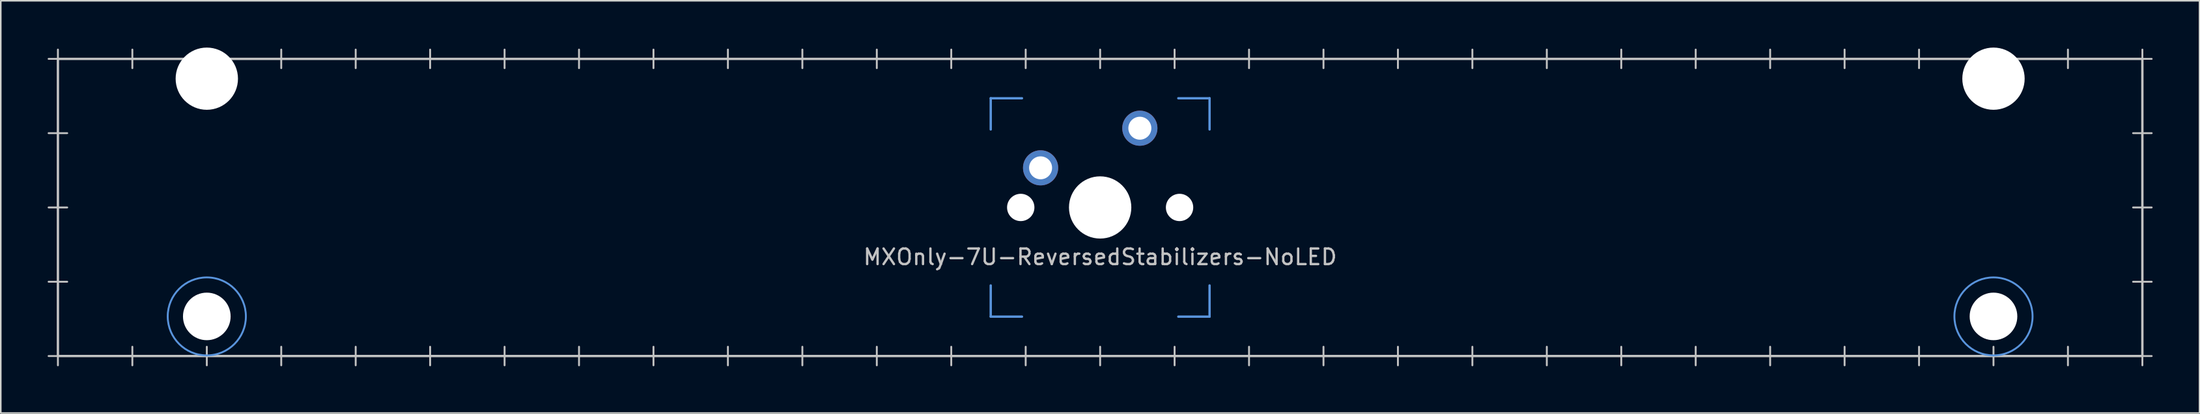
<source format=kicad_pcb>
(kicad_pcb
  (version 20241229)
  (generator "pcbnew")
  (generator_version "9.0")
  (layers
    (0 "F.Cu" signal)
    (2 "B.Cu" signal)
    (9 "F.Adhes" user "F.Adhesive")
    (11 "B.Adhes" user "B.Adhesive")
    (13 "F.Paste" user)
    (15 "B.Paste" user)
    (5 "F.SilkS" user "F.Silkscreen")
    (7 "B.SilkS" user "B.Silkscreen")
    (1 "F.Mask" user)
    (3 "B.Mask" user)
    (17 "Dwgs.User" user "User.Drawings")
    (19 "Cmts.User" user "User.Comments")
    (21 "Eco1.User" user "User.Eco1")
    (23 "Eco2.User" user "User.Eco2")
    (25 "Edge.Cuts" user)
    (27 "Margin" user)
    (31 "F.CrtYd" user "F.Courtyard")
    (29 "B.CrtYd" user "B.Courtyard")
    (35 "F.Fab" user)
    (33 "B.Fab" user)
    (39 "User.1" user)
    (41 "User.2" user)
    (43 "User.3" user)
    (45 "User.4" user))
  (footprint "MXOnly-7U-ReversedStabilizers-NoLED"
    (layer "F.Cu")
    (at 67.33 10.249)
    (property "Reference" "MXOnly-7U-ReversedStabilizers-NoLED" (at 0 3.175 0) (layer "Dwgs.User") (effects (font (size 1 1) (thickness 0.15))))
    (attr through_hole)
    (fp_line (start -67.27 -9.525) (end -66.675 -9.525) (stroke (width 0.12) (type solid)) (layer "Dwgs.User"))
    (fp_line (start -67.27 -0.000008) (end -66.08 -0.000008) (stroke (width 0.12) (type solid)) (layer "Dwgs.User"))
    (fp_line (start -67.27 4.762) (end -66.08 4.762) (stroke (width 0.12) (type solid)) (layer "Dwgs.User"))
    (fp_line (start -67.27 9.525) (end -66.675 9.525) (stroke (width 0.12) (type solid)) (layer "Dwgs.User"))
    (fp_line (start -66.675 10.12) (end -66.675 9.525) (stroke (width 0.12) (type solid)) (layer "Dwgs.User"))
    (fp_line (start -66.675 -10.12) (end -66.675 -9.525) (stroke (width 0.12) (type solid)) (layer "Dwgs.User"))
    (fp_line (start -66.675 -9.525) (end 66.675 -9.525) (stroke (width 0.15) (type solid)) (layer "Dwgs.User"))
    (fp_line (start -66.675 9.525) (end -66.675 -9.525) (stroke (width 0.15) (type solid)) (layer "Dwgs.User"))
    (fp_line (start -66.675 9.525) (end 66.675 9.525) (stroke (width 0.15) (type solid)) (layer "Dwgs.User"))
    (fp_line (start -66.08 -4.763) (end -67.27 -4.763) (stroke (width 0.12) (type solid)) (layer "Dwgs.User"))
    (fp_line (start -61.913 8.93) (end -61.913 10.12) (stroke (width 0.12) (type solid)) (layer "Dwgs.User"))
    (fp_line (start -61.913 -10.12) (end -61.913 -8.93) (stroke (width 0.12) (type solid)) (layer "Dwgs.User"))
    (fp_line (start -57.15 8.93) (end -57.15 10.12) (stroke (width 0.12) (type solid)) (layer "Dwgs.User"))
    (fp_line (start -57.15 -10.12) (end -57.15 -8.93) (stroke (width 0.12) (type solid)) (layer "Dwgs.User"))
    (fp_line (start -52.388 10.12) (end -52.388 8.93) (stroke (width 0.12) (type solid)) (layer "Dwgs.User"))
    (fp_line (start -52.388 -8.93) (end -52.388 -10.12) (stroke (width 0.12) (type solid)) (layer "Dwgs.User"))
    (fp_line (start -47.625 8.93) (end -47.625 10.12) (stroke (width 0.12) (type solid)) (layer "Dwgs.User"))
    (fp_line (start -47.625 -10.12) (end -47.625 -8.93) (stroke (width 0.12) (type solid)) (layer "Dwgs.User"))
    (fp_line (start -42.863 10.12) (end -42.863 8.93) (stroke (width 0.12) (type solid)) (layer "Dwgs.User"))
    (fp_line (start -42.863 -8.93) (end -42.863 -10.12) (stroke (width 0.12) (type solid)) (layer "Dwgs.User"))
    (fp_line (start -38.1 8.93) (end -38.1 10.12) (stroke (width 0.12) (type solid)) (layer "Dwgs.User"))
    (fp_line (start -38.1 -10.12) (end -38.1 -8.93) (stroke (width 0.12) (type solid)) (layer "Dwgs.User"))
    (fp_line (start -33.338 10.12) (end -33.338 8.93) (stroke (width 0.12) (type solid)) (layer "Dwgs.User"))
    (fp_line (start -33.338 -8.93) (end -33.338 -10.12) (stroke (width 0.12) (type solid)) (layer "Dwgs.User"))
    (fp_line (start -28.575 8.93) (end -28.575 10.12) (stroke (width 0.12) (type solid)) (layer "Dwgs.User"))
    (fp_line (start -28.575 -10.12) (end -28.575 -8.93) (stroke (width 0.12) (type solid)) (layer "Dwgs.User"))
    (fp_line (start -23.813 10.12) (end -23.813 8.93) (stroke (width 0.12) (type solid)) (layer "Dwgs.User"))
    (fp_line (start -23.813 -8.93) (end -23.813 -10.12) (stroke (width 0.12) (type solid)) (layer "Dwgs.User"))
    (fp_line (start -19.05 8.93) (end -19.05 10.12) (stroke (width 0.12) (type solid)) (layer "Dwgs.User"))
    (fp_line (start -19.05 -10.12) (end -19.05 -8.93) (stroke (width 0.12) (type solid)) (layer "Dwgs.User"))
    (fp_line (start -14.288 10.12) (end -14.288 8.93) (stroke (width 0.12) (type solid)) (layer "Dwgs.User"))
    (fp_line (start -14.288 -8.93) (end -14.288 -10.12) (stroke (width 0.12) (type solid)) (layer "Dwgs.User"))
    (fp_line (start -9.525 -8.93) (end -9.525 -10.12) (stroke (width 0.12) (type solid)) (layer "Dwgs.User"))
    (fp_line (start -9.525 10.12) (end -9.525 8.93) (stroke (width 0.12) (type solid)) (layer "Dwgs.User"))
    (fp_line (start -4.763 -10.12) (end -4.763 -8.93) (stroke (width 0.12) (type solid)) (layer "Dwgs.User"))
    (fp_line (start -4.763 8.93) (end -4.763 10.12) (stroke (width 0.12) (type solid)) (layer "Dwgs.User"))
    (fp_line (start 0 -8.93) (end 0 -10.12) (stroke (width 0.12) (type solid)) (layer "Dwgs.User"))
    (fp_line (start 0 10.12) (end 0 8.93) (stroke (width 0.12) (type solid)) (layer "Dwgs.User"))
    (fp_line (start 4.763 -10.12) (end 4.763 -8.93) (stroke (width 0.12) (type solid)) (layer "Dwgs.User"))
    (fp_line (start 4.763 8.93) (end 4.763 10.12) (stroke (width 0.12) (type solid)) (layer "Dwgs.User"))
    (fp_line (start 9.525 -8.93) (end 9.525 -10.12) (stroke (width 0.12) (type solid)) (layer "Dwgs.User"))
    (fp_line (start 9.525 10.12) (end 9.525 8.93) (stroke (width 0.12) (type solid)) (layer "Dwgs.User"))
    (fp_line (start 14.288 -10.12) (end 14.288 -8.93) (stroke (width 0.12) (type solid)) (layer "Dwgs.User"))
    (fp_line (start 14.288 8.93) (end 14.288 10.12) (stroke (width 0.12) (type solid)) (layer "Dwgs.User"))
    (fp_line (start 19.05 -8.93) (end 19.05 -10.12) (stroke (width 0.12) (type solid)) (layer "Dwgs.User"))
    (fp_line (start 19.05 10.12) (end 19.05 8.93) (stroke (width 0.12) (type solid)) (layer "Dwgs.User"))
    (fp_line (start 23.813 -10.12) (end 23.813 -8.93) (stroke (width 0.12) (type solid)) (layer "Dwgs.User"))
    (fp_line (start 23.813 8.93) (end 23.813 10.12) (stroke (width 0.12) (type solid)) (layer "Dwgs.User"))
    (fp_line (start 28.575 -8.93) (end 28.575 -10.12) (stroke (width 0.12) (type solid)) (layer "Dwgs.User"))
    (fp_line (start 28.575 10.12) (end 28.575 8.93) (stroke (width 0.12) (type solid)) (layer "Dwgs.User"))
    (fp_line (start 33.338 -10.12) (end 33.338 -8.93) (stroke (width 0.12) (type solid)) (layer "Dwgs.User"))
    (fp_line (start 33.338 8.93) (end 33.338 10.12) (stroke (width 0.12) (type solid)) (layer "Dwgs.User"))
    (fp_line (start 38.1 -8.93) (end 38.1 -10.12) (stroke (width 0.12) (type solid)) (layer "Dwgs.User"))
    (fp_line (start 38.1 10.12) (end 38.1 8.93) (stroke (width 0.12) (type solid)) (layer "Dwgs.User"))
    (fp_line (start 42.863 -10.12) (end 42.863 -8.93) (stroke (width 0.12) (type solid)) (layer "Dwgs.User"))
    (fp_line (start 42.863 8.93) (end 42.863 10.12) (stroke (width 0.12) (type solid)) (layer "Dwgs.User"))
    (fp_line (start 47.625 -8.93) (end 47.625 -10.12) (stroke (width 0.12) (type solid)) (layer "Dwgs.User"))
    (fp_line (start 47.625 10.12) (end 47.625 8.93) (stroke (width 0.12) (type solid)) (layer "Dwgs.User"))
    (fp_line (start 52.388 -10.12) (end 52.388 -8.93) (stroke (width 0.12) (type solid)) (layer "Dwgs.User"))
    (fp_line (start 52.388 8.93) (end 52.388 10.12) (stroke (width 0.12) (type solid)) (layer "Dwgs.User"))
    (fp_line (start 57.15 -8.93) (end 57.15 -10.12) (stroke (width 0.12) (type solid)) (layer "Dwgs.User"))
    (fp_line (start 57.15 10.12) (end 57.15 8.93) (stroke (width 0.12) (type solid)) (layer "Dwgs.User"))
    (fp_line (start 61.913 -10.12) (end 61.913 -8.93) (stroke (width 0.12) (type solid)) (layer "Dwgs.User"))
    (fp_line (start 61.913 8.93) (end 61.913 10.12) (stroke (width 0.12) (type solid)) (layer "Dwgs.User"))
    (fp_line (start 66.08 4.763) (end 67.27 4.763) (stroke (width 0.12) (type solid)) (layer "Dwgs.User"))
    (fp_line (start 66.675 -9.525) (end 66.675 9.525) (stroke (width 0.15) (type solid)) (layer "Dwgs.User"))
    (fp_line (start 66.675 10.12) (end 66.675 9.525) (stroke (width 0.12) (type solid)) (layer "Dwgs.User"))
    (fp_line (start 66.675 -10.12) (end 66.675 -9.525) (stroke (width 0.12) (type solid)) (layer "Dwgs.User"))
    (fp_line (start 67.27 -9.525) (end 66.675 -9.525) (stroke (width 0.12) (type solid)) (layer "Dwgs.User"))
    (fp_line (start 67.27 -4.763) (end 66.08 -4.763) (stroke (width 0.12) (type solid)) (layer "Dwgs.User"))
    (fp_line (start 67.27 0) (end 66.08 0) (stroke (width 0.12) (type solid)) (layer "Dwgs.User"))
    (fp_line (start 67.27 9.525) (end 66.675 9.525) (stroke (width 0.12) (type solid)) (layer "Dwgs.User"))
    (fp_line (start -7 -7) (end -7 -5) (stroke (width 0.15) (type solid)) (layer "Cmts.User"))
    (fp_line (start -7 7) (end -7 5) (stroke (width 0.15) (type solid)) (layer "Cmts.User"))
    (fp_line (start -5 -7) (end -7 -7) (stroke (width 0.15) (type solid)) (layer "Cmts.User"))
    (fp_line (start -5 7) (end -7 7) (stroke (width 0.15) (type solid)) (layer "Cmts.User"))
    (fp_line (start 5 -7) (end 7 -7) (stroke (width 0.15) (type solid)) (layer "Cmts.User"))
    (fp_line (start 7 -7) (end 7 -5) (stroke (width 0.15) (type solid)) (layer "Cmts.User"))
    (fp_line (start 7 5) (end 7 7) (stroke (width 0.15) (type solid)) (layer "Cmts.User"))
    (fp_line (start 7 7) (end 5 7) (stroke (width 0.15) (type solid)) (layer "Cmts.User"))
    (fp_circle (center -57.15 6.985) (end -59.65 6.985) (stroke (width 0.12) (type solid)) (fill no) (layer "Cmts.User"))
    (fp_circle (center 57.15 6.985) (end 54.65 6.985) (stroke (width 0.12) (type solid)) (fill no) (layer "Cmts.User"))
    (pad "" np_thru_hole circle (at -57.15 -8.255) (size 3.988 3.988) (drill 3.988) (layers "*.Cu" "*.Mask"))
    (pad "" np_thru_hole circle (at -57.15 6.985) (size 3.048 3.048) (drill 3.048) (layers "*.Cu" "*.Mask"))
    (pad "" np_thru_hole circle (at -5.08 0 48.1) (size 1.75 1.75) (drill 1.75) (layers "*.Cu" "*.Mask"))
    (pad "" np_thru_hole circle (at 0 0) (size 3.988 3.988) (drill 3.988) (layers "*.Cu" "*.Mask"))
    (pad "" np_thru_hole circle (at 5.08 0 48.1) (size 1.75 1.75) (drill 1.75) (layers "*.Cu" "*.Mask"))
    (pad "" np_thru_hole circle (at 57.15 -8.255) (size 3.988 3.988) (drill 3.988) (layers "*.Cu" "*.Mask"))
    (pad "" np_thru_hole circle (at 57.15 6.985) (size 3.048 3.048) (drill 3.048) (layers "*.Cu" "*.Mask"))
    (pad "1" thru_hole circle (at -3.81 -2.54) (size 2.25 2.25) (drill 1.47) (layers "*.Cu" "B.Mask"))
    (pad "2" thru_hole circle (at 2.54 -5.08) (size 2.25 2.25) (drill 1.47) (layers "*.Cu" "B.Mask")))
  (gr_rect
    (start -3 -3)
    (end 137.661 23.429)
    (stroke (width 0.1) (type default))
    (fill no)
    (layer "Edge.Cuts")))
</source>
